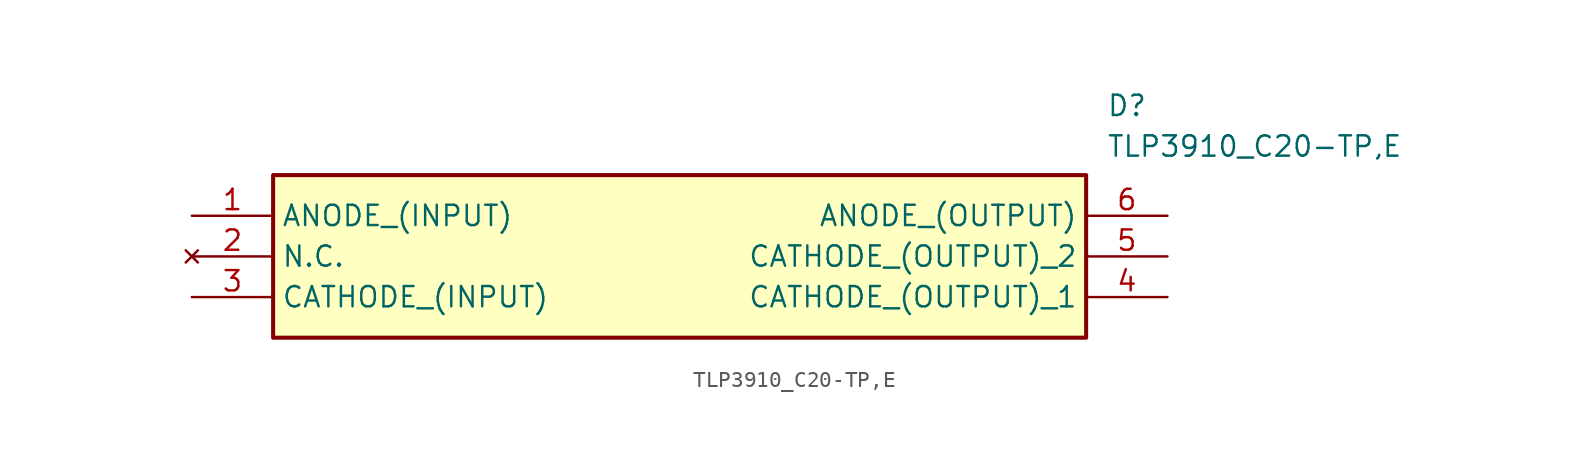
<source format=kicad_sym>
(kicad_symbol_lib
  (version 20211014)
  (generator SamacSys_ECAD_Model)
  (symbol "TLP3910_C20-TP,E"
    (property "Reference" "D"
      (at 57.15 7.62 0)
      (effects (font (size 1.27 1.27)) (justify left top)))
    (property "Value" "TLP3910_C20-TP,E"
      (at 57.15 5.08 0)
      (effects (font (size 1.27 1.27)) (justify left top)))
    (rectangle
      (start 5.08 2.54)
      (end 55.88 -7.62)
      (stroke (width 0.254) (type default))
      (fill (type background)))
    (pin passive line
      (at 0 0 0)
      (length 5.08)
      (name "ANODE_(INPUT)" (effects (font (size 1.27 1.27))))
      (number "1" (effects (font (size 1.27 1.27)))))
    (pin no_connect line
      (at 0 -2.54 0)
      (length 5.08)
      (name "N.C." (effects (font (size 1.27 1.27))))
      (number "2" (effects (font (size 1.27 1.27)))))
    (pin passive line
      (at 0 -5.08 0)
      (length 5.08)
      (name "CATHODE_(INPUT)" (effects (font (size 1.27 1.27))))
      (number "3" (effects (font (size 1.27 1.27)))))
    (pin passive line
      (at 60.96 0 180)
      (length 5.08)
      (name "ANODE_(OUTPUT)" (effects (font (size 1.27 1.27))))
      (number "6" (effects (font (size 1.27 1.27)))))
    (pin passive line
      (at 60.96 -2.54 180)
      (length 5.08)
      (name "CATHODE_(OUTPUT)_2" (effects (font (size 1.27 1.27))))
      (number "5" (effects (font (size 1.27 1.27)))))
    (pin passive line
      (at 60.96 -5.08 180)
      (length 5.08)
      (name "CATHODE_(OUTPUT)_1" (effects (font (size 1.27 1.27))))
      (number "4" (effects (font (size 1.27 1.27)))))))
</source>
